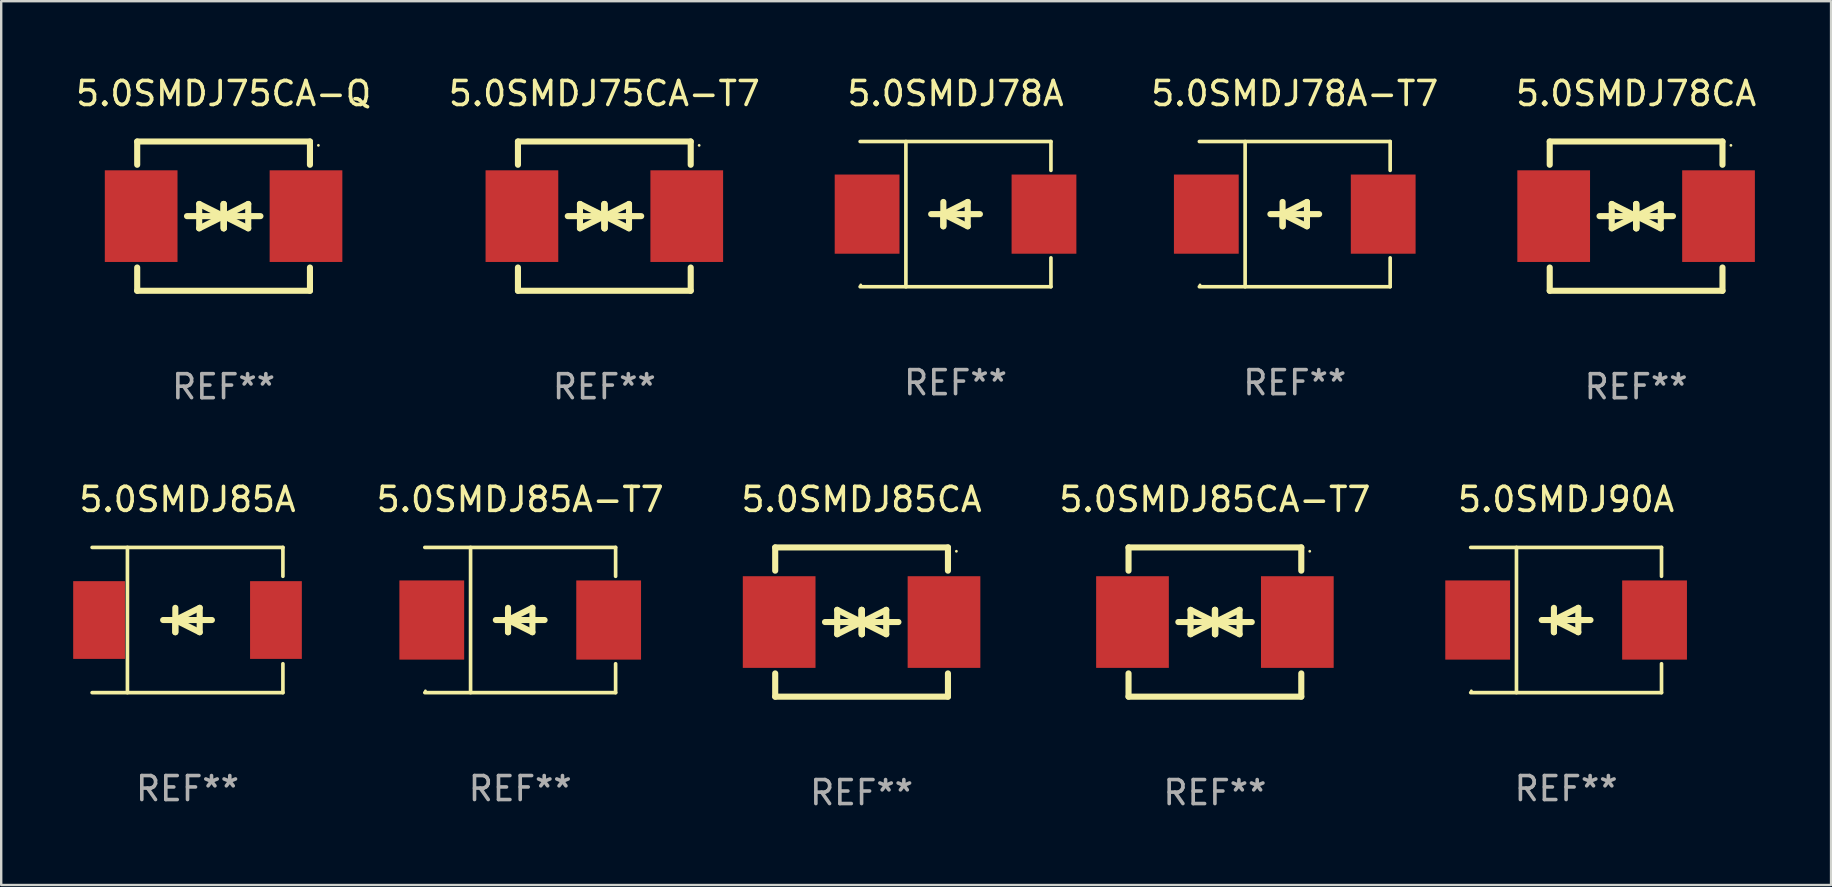
<source format=kicad_pcb>
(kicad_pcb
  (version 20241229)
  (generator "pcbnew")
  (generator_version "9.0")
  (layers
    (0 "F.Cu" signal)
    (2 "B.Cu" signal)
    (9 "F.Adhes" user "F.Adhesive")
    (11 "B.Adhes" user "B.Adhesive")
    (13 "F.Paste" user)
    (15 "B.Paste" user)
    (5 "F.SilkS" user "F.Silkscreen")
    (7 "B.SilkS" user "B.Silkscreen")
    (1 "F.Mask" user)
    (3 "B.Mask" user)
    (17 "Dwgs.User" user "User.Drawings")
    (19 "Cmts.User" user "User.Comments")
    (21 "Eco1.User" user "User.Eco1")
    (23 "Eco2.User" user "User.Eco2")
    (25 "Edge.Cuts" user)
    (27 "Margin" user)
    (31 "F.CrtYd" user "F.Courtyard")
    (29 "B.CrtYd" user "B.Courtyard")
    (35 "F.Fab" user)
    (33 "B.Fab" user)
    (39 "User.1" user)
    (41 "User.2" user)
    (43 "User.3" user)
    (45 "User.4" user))
  (footprint "5.0SMDJ78A-T7"
    (layer "F.Cu")
    (at 50.912 5.874)
    (property "Reference" "5.0SMDJ78A-T7" (at 0 -5.026 0) (layer "F.SilkS") (effects (font (size 1 1) (thickness 0.15))))
    (attr through_hole)
    (fp_line (start -3.976 -3.026) (end 3.976 -3.026) (stroke (width 0.152) (type solid)) (layer "F.SilkS"))
    (fp_line (start -3.976 3.026) (end 3.976 3.026) (stroke (width 0.152) (type solid)) (layer "F.SilkS"))
    (fp_line (start -2.069 -3.026) (end -2.069 3.026) (stroke (width 0.152) (type solid)) (layer "F.SilkS"))
    (fp_line (start -0.508 0) (end -0.508 0.508) (stroke (width 0.254) (type solid)) (layer "F.SilkS"))
    (fp_line (start -0.508 0) (end 0.508 0.508) (stroke (width 0.254) (type solid)) (layer "F.SilkS"))
    (fp_line (start -0.508 0.508) (end -0.508 -0.508) (stroke (width 0.254) (type solid)) (layer "F.SilkS"))
    (fp_line (start 0.508 -0.508) (end -0.508 0) (stroke (width 0.254) (type solid)) (layer "F.SilkS"))
    (fp_line (start 0.508 0.508) (end 0.508 -0.508) (stroke (width 0.254) (type solid)) (layer "F.SilkS"))
    (fp_line (start 1.016 0) (end -1.016 0) (stroke (width 0.254) (type solid)) (layer "F.SilkS"))
    (fp_line (start 3.976 -3.026) (end 3.976 -1.823) (stroke (width 0.152) (type solid)) (layer "F.SilkS"))
    (fp_line (start 3.976 3.026) (end 3.976 1.823) (stroke (width 0.152) (type solid)) (layer "F.SilkS"))
    (fp_circle (center -3.95 2.95) (end -3.92 2.95) (stroke (width 0.06) (type solid)) (fill no) (layer "F.SilkS"))
    (fp_text user "REF**" (at 0 7.026 0) (layer "F.Fab") (effects (font (size 1 1) (thickness 0.15))))
    (pad "1" smd rect (at -3.686 0) (size 2.7 3.3) (layers "F.Cu" "F.Mask" "F.Paste"))
    (pad "2" smd rect (at 3.686 0) (size 2.7 3.3) (layers "F.Cu" "F.Mask" "F.Paste")))
  (footprint "5.0SMDJ75CA-Q"
    (layer "F.Cu")
    (at 6.268 5.958)
    (property "Reference" "5.0SMDJ75CA-Q" (at 0 -5.11 0) (layer "F.SilkS") (effects (font (size 1 1) (thickness 0.15))))
    (attr through_hole)
    (fp_line (start -3.6 -2.141) (end -3.6 -3.11) (stroke (width 0.254) (type solid)) (layer "F.SilkS"))
    (fp_line (start -3.6 3.11) (end -3.6 2.141) (stroke (width 0.254) (type solid)) (layer "F.SilkS"))
    (fp_line (start -1.524 0) (end 0.508 0) (stroke (width 0.254) (type solid)) (layer "F.SilkS"))
    (fp_line (start -1.016 -0.508) (end -1.016 0.508) (stroke (width 0.254) (type solid)) (layer "F.SilkS"))
    (fp_line (start -1.016 0.508) (end 0 0) (stroke (width 0.254) (type solid)) (layer "F.SilkS"))
    (fp_line (start 0 -0.508) (end 0 0.508) (stroke (width 0.254) (type solid)) (layer "F.SilkS"))
    (fp_line (start 0 0) (end -1.016 -0.508) (stroke (width 0.254) (type solid)) (layer "F.SilkS"))
    (fp_line (start 0 0) (end 0 -0.508) (stroke (width 0.254) (type solid)) (layer "F.SilkS"))
    (fp_line (start 0.012 0) (end 0.012 0.508) (stroke (width 0.254) (type solid)) (layer "F.SilkS"))
    (fp_line (start 0.012 0) (end 1.028 0.508) (stroke (width 0.254) (type solid)) (layer "F.SilkS"))
    (fp_line (start 0.012 0.508) (end 0.012 -0.508) (stroke (width 0.254) (type solid)) (layer "F.SilkS"))
    (fp_line (start 1.028 -0.508) (end 0.012 0) (stroke (width 0.254) (type solid)) (layer "F.SilkS"))
    (fp_line (start 1.028 0.508) (end 1.028 -0.508) (stroke (width 0.254) (type solid)) (layer "F.SilkS"))
    (fp_line (start 1.536 0) (end -0.496 0) (stroke (width 0.254) (type solid)) (layer "F.SilkS"))
    (fp_line (start 3.6 -3.11) (end -3.6 -3.11) (stroke (width 0.254) (type solid)) (layer "F.SilkS"))
    (fp_line (start 3.6 -2.141) (end 3.6 -3.11) (stroke (width 0.254) (type solid)) (layer "F.SilkS"))
    (fp_line (start 3.6 3.11) (end -3.6 3.11) (stroke (width 0.254) (type solid)) (layer "F.SilkS"))
    (fp_line (start 3.6 3.11) (end 3.6 2.141) (stroke (width 0.254) (type solid)) (layer "F.SilkS"))
    (fp_circle (center 3.952 -2.95) (end 3.982 -2.95) (stroke (width 0.06) (type solid)) (fill no) (layer "F.SilkS"))
    (fp_text user "REF**" (at 0 7.11 0) (layer "F.Fab") (effects (font (size 1 1) (thickness 0.15))))
    (pad "1" smd rect (at 3.435 0) (size 3.03 3.82) (layers "F.Cu" "F.Mask" "F.Paste"))
    (pad "2" smd rect (at -3.435 0) (size 3.03 3.82) (layers "F.Cu" "F.Mask" "F.Paste")))
  (footprint "5.0SMDJ90A"
    (layer "F.Cu")
    (at 62.221 22.791)
    (property "Reference" "5.0SMDJ90A" (at 0 -5.026 0) (layer "F.SilkS") (effects (font (size 1 1) (thickness 0.15))))
    (attr through_hole)
    (fp_line (start -3.976 -3.026) (end 3.976 -3.026) (stroke (width 0.152) (type solid)) (layer "F.SilkS"))
    (fp_line (start -3.976 3.026) (end 3.976 3.026) (stroke (width 0.152) (type solid)) (layer "F.SilkS"))
    (fp_line (start -2.069 -3.026) (end -2.069 3.026) (stroke (width 0.152) (type solid)) (layer "F.SilkS"))
    (fp_line (start -0.508 0) (end -0.508 0.508) (stroke (width 0.254) (type solid)) (layer "F.SilkS"))
    (fp_line (start -0.508 0) (end 0.508 0.508) (stroke (width 0.254) (type solid)) (layer "F.SilkS"))
    (fp_line (start -0.508 0.508) (end -0.508 -0.508) (stroke (width 0.254) (type solid)) (layer "F.SilkS"))
    (fp_line (start 0.508 -0.508) (end -0.508 0) (stroke (width 0.254) (type solid)) (layer "F.SilkS"))
    (fp_line (start 0.508 0.508) (end 0.508 -0.508) (stroke (width 0.254) (type solid)) (layer "F.SilkS"))
    (fp_line (start 1.016 0) (end -1.016 0) (stroke (width 0.254) (type solid)) (layer "F.SilkS"))
    (fp_line (start 3.976 -3.026) (end 3.976 -1.823) (stroke (width 0.152) (type solid)) (layer "F.SilkS"))
    (fp_line (start 3.976 3.026) (end 3.976 1.823) (stroke (width 0.152) (type solid)) (layer "F.SilkS"))
    (fp_circle (center -3.95 2.95) (end -3.92 2.95) (stroke (width 0.06) (type solid)) (fill no) (layer "F.SilkS"))
    (fp_text user "REF**" (at 0 7.026 0) (layer "F.Fab") (effects (font (size 1 1) (thickness 0.15))))
    (pad "1" smd rect (at -3.686 0) (size 2.7 3.3) (layers "F.Cu" "F.Mask" "F.Paste"))
    (pad "2" smd rect (at 3.686 0) (size 2.7 3.3) (layers "F.Cu" "F.Mask" "F.Paste")))
  (footprint "5.0SMDJ85CA"
    (layer "F.Cu")
    (at 32.858 22.875)
    (property "Reference" "5.0SMDJ85CA" (at 0 -5.11 0) (layer "F.SilkS") (effects (font (size 1 1) (thickness 0.15))))
    (attr through_hole)
    (fp_line (start -3.6 -2.141) (end -3.6 -3.11) (stroke (width 0.254) (type solid)) (layer "F.SilkS"))
    (fp_line (start -3.6 3.11) (end -3.6 2.141) (stroke (width 0.254) (type solid)) (layer "F.SilkS"))
    (fp_line (start -1.524 0) (end 0.508 0) (stroke (width 0.254) (type solid)) (layer "F.SilkS"))
    (fp_line (start -1.016 -0.508) (end -1.016 0.508) (stroke (width 0.254) (type solid)) (layer "F.SilkS"))
    (fp_line (start -1.016 0.508) (end 0 0) (stroke (width 0.254) (type solid)) (layer "F.SilkS"))
    (fp_line (start 0 -0.508) (end 0 0.508) (stroke (width 0.254) (type solid)) (layer "F.SilkS"))
    (fp_line (start 0 0) (end -1.016 -0.508) (stroke (width 0.254) (type solid)) (layer "F.SilkS"))
    (fp_line (start 0 0) (end 0 -0.508) (stroke (width 0.254) (type solid)) (layer "F.SilkS"))
    (fp_line (start 0.012 0) (end 0.012 0.508) (stroke (width 0.254) (type solid)) (layer "F.SilkS"))
    (fp_line (start 0.012 0) (end 1.028 0.508) (stroke (width 0.254) (type solid)) (layer "F.SilkS"))
    (fp_line (start 0.012 0.508) (end 0.012 -0.508) (stroke (width 0.254) (type solid)) (layer "F.SilkS"))
    (fp_line (start 1.028 -0.508) (end 0.012 0) (stroke (width 0.254) (type solid)) (layer "F.SilkS"))
    (fp_line (start 1.028 0.508) (end 1.028 -0.508) (stroke (width 0.254) (type solid)) (layer "F.SilkS"))
    (fp_line (start 1.536 0) (end -0.496 0) (stroke (width 0.254) (type solid)) (layer "F.SilkS"))
    (fp_line (start 3.6 -3.11) (end -3.6 -3.11) (stroke (width 0.254) (type solid)) (layer "F.SilkS"))
    (fp_line (start 3.6 -2.141) (end 3.6 -3.11) (stroke (width 0.254) (type solid)) (layer "F.SilkS"))
    (fp_line (start 3.6 3.11) (end -3.6 3.11) (stroke (width 0.254) (type solid)) (layer "F.SilkS"))
    (fp_line (start 3.6 3.11) (end 3.6 2.141) (stroke (width 0.254) (type solid)) (layer "F.SilkS"))
    (fp_circle (center 3.952 -2.95) (end 3.982 -2.95) (stroke (width 0.06) (type solid)) (fill no) (layer "F.SilkS"))
    (fp_text user "REF**" (at 0 7.11 0) (layer "F.Fab") (effects (font (size 1 1) (thickness 0.15))))
    (pad "1" smd rect (at 3.435 0) (size 3.03 3.82) (layers "F.Cu" "F.Mask" "F.Paste"))
    (pad "2" smd rect (at -3.435 0) (size 3.03 3.82) (layers "F.Cu" "F.Mask" "F.Paste")))
  (footprint "5.0SMDJ85A"
    (layer "F.Cu")
    (at 4.765 22.791)
    (property "Reference" "5.0SMDJ85A" (at 0 -5.026 0) (layer "F.SilkS") (effects (font (size 1 1) (thickness 0.15))))
    (attr through_hole)
    (fp_line (start -3.976 -3.026) (end 3.976 -3.026) (stroke (width 0.152) (type solid)) (layer "F.SilkS"))
    (fp_line (start -3.976 3.026) (end 3.976 3.026) (stroke (width 0.152) (type solid)) (layer "F.SilkS"))
    (fp_line (start -2.504 -3.026) (end -2.504 3.026) (stroke (width 0.152) (type solid)) (layer "F.SilkS"))
    (fp_line (start -0.508 0) (end -0.508 0.508) (stroke (width 0.254) (type solid)) (layer "F.SilkS"))
    (fp_line (start -0.508 0) (end 0.508 0.508) (stroke (width 0.254) (type solid)) (layer "F.SilkS"))
    (fp_line (start -0.508 0.508) (end -0.508 -0.508) (stroke (width 0.254) (type solid)) (layer "F.SilkS"))
    (fp_line (start 0.508 -0.508) (end -0.508 0) (stroke (width 0.254) (type solid)) (layer "F.SilkS"))
    (fp_line (start 0.508 0.508) (end 0.508 -0.508) (stroke (width 0.254) (type solid)) (layer "F.SilkS"))
    (fp_line (start 1.016 0) (end -1.016 0) (stroke (width 0.254) (type solid)) (layer "F.SilkS"))
    (fp_line (start 3.976 -3.026) (end 3.976 -1.823) (stroke (width 0.152) (type solid)) (layer "F.SilkS"))
    (fp_line (start 3.976 3.026) (end 3.976 1.823) (stroke (width 0.152) (type solid)) (layer "F.SilkS"))
    (fp_circle (center 3.95 -2.95) (end 3.98 -2.95) (stroke (width 0.06) (type solid)) (fill no) (layer "F.SilkS"))
    (fp_text user "REF**" (at 0 7.026 0) (layer "F.Fab") (effects (font (size 1 1) (thickness 0.15))))
    (pad "1" smd rect (at 3.686 0 180) (size 2.158 3.24) (layers "F.Cu" "F.Mask" "F.Paste"))
    (pad "2" smd rect (at -3.686 0 180) (size 2.158 3.24) (layers "F.Cu" "F.Mask" "F.Paste")))
  (footprint "5.0SMDJ78A"
    (layer "F.Cu")
    (at 36.774 5.874)
    (property "Reference" "5.0SMDJ78A" (at 0 -5.026 0) (layer "F.SilkS") (effects (font (size 1 1) (thickness 0.15))))
    (attr through_hole)
    (fp_line (start -3.976 -3.026) (end 3.976 -3.026) (stroke (width 0.152) (type solid)) (layer "F.SilkS"))
    (fp_line (start -3.976 3.026) (end 3.976 3.026) (stroke (width 0.152) (type solid)) (layer "F.SilkS"))
    (fp_line (start -2.069 -3.026) (end -2.069 3.026) (stroke (width 0.152) (type solid)) (layer "F.SilkS"))
    (fp_line (start -0.508 0) (end -0.508 0.508) (stroke (width 0.254) (type solid)) (layer "F.SilkS"))
    (fp_line (start -0.508 0) (end 0.508 0.508) (stroke (width 0.254) (type solid)) (layer "F.SilkS"))
    (fp_line (start -0.508 0.508) (end -0.508 -0.508) (stroke (width 0.254) (type solid)) (layer "F.SilkS"))
    (fp_line (start 0.508 -0.508) (end -0.508 0) (stroke (width 0.254) (type solid)) (layer "F.SilkS"))
    (fp_line (start 0.508 0.508) (end 0.508 -0.508) (stroke (width 0.254) (type solid)) (layer "F.SilkS"))
    (fp_line (start 1.016 0) (end -1.016 0) (stroke (width 0.254) (type solid)) (layer "F.SilkS"))
    (fp_line (start 3.976 -3.026) (end 3.976 -1.823) (stroke (width 0.152) (type solid)) (layer "F.SilkS"))
    (fp_line (start 3.976 3.026) (end 3.976 1.823) (stroke (width 0.152) (type solid)) (layer "F.SilkS"))
    (fp_circle (center -3.95 2.95) (end -3.92 2.95) (stroke (width 0.06) (type solid)) (fill no) (layer "F.SilkS"))
    (fp_text user "REF**" (at 0 7.026 0) (layer "F.Fab") (effects (font (size 1 1) (thickness 0.15))))
    (pad "1" smd rect (at -3.686 0) (size 2.7 3.3) (layers "F.Cu" "F.Mask" "F.Paste"))
    (pad "2" smd rect (at 3.686 0) (size 2.7 3.3) (layers "F.Cu" "F.Mask" "F.Paste")))
  (footprint "5.0SMDJ85CA-T7"
    (layer "F.Cu")
    (at 47.584 22.875)
    (property "Reference" "5.0SMDJ85CA-T7" (at 0 -5.11 0) (layer "F.SilkS") (effects (font (size 1 1) (thickness 0.15))))
    (attr through_hole)
    (fp_line (start -3.6 -2.141) (end -3.6 -3.11) (stroke (width 0.254) (type solid)) (layer "F.SilkS"))
    (fp_line (start -3.6 3.11) (end -3.6 2.141) (stroke (width 0.254) (type solid)) (layer "F.SilkS"))
    (fp_line (start -1.524 0) (end 0.508 0) (stroke (width 0.254) (type solid)) (layer "F.SilkS"))
    (fp_line (start -1.016 -0.508) (end -1.016 0.508) (stroke (width 0.254) (type solid)) (layer "F.SilkS"))
    (fp_line (start -1.016 0.508) (end 0 0) (stroke (width 0.254) (type solid)) (layer "F.SilkS"))
    (fp_line (start 0 -0.508) (end 0 0.508) (stroke (width 0.254) (type solid)) (layer "F.SilkS"))
    (fp_line (start 0 0) (end -1.016 -0.508) (stroke (width 0.254) (type solid)) (layer "F.SilkS"))
    (fp_line (start 0 0) (end 0 -0.508) (stroke (width 0.254) (type solid)) (layer "F.SilkS"))
    (fp_line (start 0.012 0) (end 0.012 0.508) (stroke (width 0.254) (type solid)) (layer "F.SilkS"))
    (fp_line (start 0.012 0) (end 1.028 0.508) (stroke (width 0.254) (type solid)) (layer "F.SilkS"))
    (fp_line (start 0.012 0.508) (end 0.012 -0.508) (stroke (width 0.254) (type solid)) (layer "F.SilkS"))
    (fp_line (start 1.028 -0.508) (end 0.012 0) (stroke (width 0.254) (type solid)) (layer "F.SilkS"))
    (fp_line (start 1.028 0.508) (end 1.028 -0.508) (stroke (width 0.254) (type solid)) (layer "F.SilkS"))
    (fp_line (start 1.536 0) (end -0.496 0) (stroke (width 0.254) (type solid)) (layer "F.SilkS"))
    (fp_line (start 3.6 -3.11) (end -3.6 -3.11) (stroke (width 0.254) (type solid)) (layer "F.SilkS"))
    (fp_line (start 3.6 -2.141) (end 3.6 -3.11) (stroke (width 0.254) (type solid)) (layer "F.SilkS"))
    (fp_line (start 3.6 3.11) (end -3.6 3.11) (stroke (width 0.254) (type solid)) (layer "F.SilkS"))
    (fp_line (start 3.6 3.11) (end 3.6 2.141) (stroke (width 0.254) (type solid)) (layer "F.SilkS"))
    (fp_circle (center 3.952 -2.95) (end 3.982 -2.95) (stroke (width 0.06) (type solid)) (fill no) (layer "F.SilkS"))
    (fp_text user "REF**" (at 0 7.11 0) (layer "F.Fab") (effects (font (size 1 1) (thickness 0.15))))
    (pad "1" smd rect (at 3.435 0) (size 3.03 3.82) (layers "F.Cu" "F.Mask" "F.Paste"))
    (pad "2" smd rect (at -3.435 0) (size 3.03 3.82) (layers "F.Cu" "F.Mask" "F.Paste")))
  (footprint "5.0SMDJ85A-T7"
    (layer "F.Cu")
    (at 18.631 22.791)
    (property "Reference" "5.0SMDJ85A-T7" (at 0 -5.026 0) (layer "F.SilkS") (effects (font (size 1 1) (thickness 0.15))))
    (attr through_hole)
    (fp_line (start -3.976 -3.026) (end 3.976 -3.026) (stroke (width 0.152) (type solid)) (layer "F.SilkS"))
    (fp_line (start -3.976 3.026) (end 3.976 3.026) (stroke (width 0.152) (type solid)) (layer "F.SilkS"))
    (fp_line (start -2.069 -3.026) (end -2.069 3.026) (stroke (width 0.152) (type solid)) (layer "F.SilkS"))
    (fp_line (start -0.508 0) (end -0.508 0.508) (stroke (width 0.254) (type solid)) (layer "F.SilkS"))
    (fp_line (start -0.508 0) (end 0.508 0.508) (stroke (width 0.254) (type solid)) (layer "F.SilkS"))
    (fp_line (start -0.508 0.508) (end -0.508 -0.508) (stroke (width 0.254) (type solid)) (layer "F.SilkS"))
    (fp_line (start 0.508 -0.508) (end -0.508 0) (stroke (width 0.254) (type solid)) (layer "F.SilkS"))
    (fp_line (start 0.508 0.508) (end 0.508 -0.508) (stroke (width 0.254) (type solid)) (layer "F.SilkS"))
    (fp_line (start 1.016 0) (end -1.016 0) (stroke (width 0.254) (type solid)) (layer "F.SilkS"))
    (fp_line (start 3.976 -3.026) (end 3.976 -1.823) (stroke (width 0.152) (type solid)) (layer "F.SilkS"))
    (fp_line (start 3.976 3.026) (end 3.976 1.823) (stroke (width 0.152) (type solid)) (layer "F.SilkS"))
    (fp_circle (center -3.95 2.95) (end -3.92 2.95) (stroke (width 0.06) (type solid)) (fill no) (layer "F.SilkS"))
    (fp_text user "REF**" (at 0 7.026 0) (layer "F.Fab") (effects (font (size 1 1) (thickness 0.15))))
    (pad "1" smd rect (at -3.686 0) (size 2.7 3.3) (layers "F.Cu" "F.Mask" "F.Paste"))
    (pad "2" smd rect (at 3.686 0) (size 2.7 3.3) (layers "F.Cu" "F.Mask" "F.Paste")))
  (footprint "5.0SMDJ78CA"
    (layer "F.Cu")
    (at 65.138 5.958)
    (property "Reference" "5.0SMDJ78CA" (at 0 -5.11 0) (layer "F.SilkS") (effects (font (size 1 1) (thickness 0.15))))
    (attr through_hole)
    (fp_line (start -3.6 -2.141) (end -3.6 -3.11) (stroke (width 0.254) (type solid)) (layer "F.SilkS"))
    (fp_line (start -3.6 3.11) (end -3.6 2.141) (stroke (width 0.254) (type solid)) (layer "F.SilkS"))
    (fp_line (start -1.524 0) (end 0.508 0) (stroke (width 0.254) (type solid)) (layer "F.SilkS"))
    (fp_line (start -1.016 -0.508) (end -1.016 0.508) (stroke (width 0.254) (type solid)) (layer "F.SilkS"))
    (fp_line (start -1.016 0.508) (end 0 0) (stroke (width 0.254) (type solid)) (layer "F.SilkS"))
    (fp_line (start 0 -0.508) (end 0 0.508) (stroke (width 0.254) (type solid)) (layer "F.SilkS"))
    (fp_line (start 0 0) (end -1.016 -0.508) (stroke (width 0.254) (type solid)) (layer "F.SilkS"))
    (fp_line (start 0 0) (end 0 -0.508) (stroke (width 0.254) (type solid)) (layer "F.SilkS"))
    (fp_line (start 0.012 0) (end 0.012 0.508) (stroke (width 0.254) (type solid)) (layer "F.SilkS"))
    (fp_line (start 0.012 0) (end 1.028 0.508) (stroke (width 0.254) (type solid)) (layer "F.SilkS"))
    (fp_line (start 0.012 0.508) (end 0.012 -0.508) (stroke (width 0.254) (type solid)) (layer "F.SilkS"))
    (fp_line (start 1.028 -0.508) (end 0.012 0) (stroke (width 0.254) (type solid)) (layer "F.SilkS"))
    (fp_line (start 1.028 0.508) (end 1.028 -0.508) (stroke (width 0.254) (type solid)) (layer "F.SilkS"))
    (fp_line (start 1.536 0) (end -0.496 0) (stroke (width 0.254) (type solid)) (layer "F.SilkS"))
    (fp_line (start 3.6 -3.11) (end -3.6 -3.11) (stroke (width 0.254) (type solid)) (layer "F.SilkS"))
    (fp_line (start 3.6 -2.141) (end 3.6 -3.11) (stroke (width 0.254) (type solid)) (layer "F.SilkS"))
    (fp_line (start 3.6 3.11) (end -3.6 3.11) (stroke (width 0.254) (type solid)) (layer "F.SilkS"))
    (fp_line (start 3.6 3.11) (end 3.6 2.141) (stroke (width 0.254) (type solid)) (layer "F.SilkS"))
    (fp_circle (center 3.952 -2.95) (end 3.982 -2.95) (stroke (width 0.06) (type solid)) (fill no) (layer "F.SilkS"))
    (fp_text user "REF**" (at 0 7.11 0) (layer "F.Fab") (effects (font (size 1 1) (thickness 0.15))))
    (pad "1" smd rect (at 3.435 0) (size 3.03 3.82) (layers "F.Cu" "F.Mask" "F.Paste"))
    (pad "2" smd rect (at -3.435 0) (size 3.03 3.82) (layers "F.Cu" "F.Mask" "F.Paste")))
  (footprint "5.0SMDJ75CA-T7"
    (layer "F.Cu")
    (at 22.137 5.958)
    (property "Reference" "5.0SMDJ75CA-T7" (at 0 -5.11 0) (layer "F.SilkS") (effects (font (size 1 1) (thickness 0.15))))
    (attr through_hole)
    (fp_line (start -3.6 -2.141) (end -3.6 -3.11) (stroke (width 0.254) (type solid)) (layer "F.SilkS"))
    (fp_line (start -3.6 3.11) (end -3.6 2.141) (stroke (width 0.254) (type solid)) (layer "F.SilkS"))
    (fp_line (start -1.524 0) (end 0.508 0) (stroke (width 0.254) (type solid)) (layer "F.SilkS"))
    (fp_line (start -1.016 -0.508) (end -1.016 0.508) (stroke (width 0.254) (type solid)) (layer "F.SilkS"))
    (fp_line (start -1.016 0.508) (end 0 0) (stroke (width 0.254) (type solid)) (layer "F.SilkS"))
    (fp_line (start 0 -0.508) (end 0 0.508) (stroke (width 0.254) (type solid)) (layer "F.SilkS"))
    (fp_line (start 0 0) (end -1.016 -0.508) (stroke (width 0.254) (type solid)) (layer "F.SilkS"))
    (fp_line (start 0 0) (end 0 -0.508) (stroke (width 0.254) (type solid)) (layer "F.SilkS"))
    (fp_line (start 0.012 0) (end 0.012 0.508) (stroke (width 0.254) (type solid)) (layer "F.SilkS"))
    (fp_line (start 0.012 0) (end 1.028 0.508) (stroke (width 0.254) (type solid)) (layer "F.SilkS"))
    (fp_line (start 0.012 0.508) (end 0.012 -0.508) (stroke (width 0.254) (type solid)) (layer "F.SilkS"))
    (fp_line (start 1.028 -0.508) (end 0.012 0) (stroke (width 0.254) (type solid)) (layer "F.SilkS"))
    (fp_line (start 1.028 0.508) (end 1.028 -0.508) (stroke (width 0.254) (type solid)) (layer "F.SilkS"))
    (fp_line (start 1.536 0) (end -0.496 0) (stroke (width 0.254) (type solid)) (layer "F.SilkS"))
    (fp_line (start 3.6 -3.11) (end -3.6 -3.11) (stroke (width 0.254) (type solid)) (layer "F.SilkS"))
    (fp_line (start 3.6 -2.141) (end 3.6 -3.11) (stroke (width 0.254) (type solid)) (layer "F.SilkS"))
    (fp_line (start 3.6 3.11) (end -3.6 3.11) (stroke (width 0.254) (type solid)) (layer "F.SilkS"))
    (fp_line (start 3.6 3.11) (end 3.6 2.141) (stroke (width 0.254) (type solid)) (layer "F.SilkS"))
    (fp_circle (center 3.952 -2.95) (end 3.982 -2.95) (stroke (width 0.06) (type solid)) (fill no) (layer "F.SilkS"))
    (fp_text user "REF**" (at 0 7.11 0) (layer "F.Fab") (effects (font (size 1 1) (thickness 0.15))))
    (pad "1" smd rect (at 3.435 0) (size 3.03 3.82) (layers "F.Cu" "F.Mask" "F.Paste"))
    (pad "2" smd rect (at -3.435 0) (size 3.03 3.82) (layers "F.Cu" "F.Mask" "F.Paste")))
  (gr_rect
    (start -3 -3)
    (end 73.263 33.833)
    (stroke (width 0.1) (type default))
    (fill no)
    (layer "Edge.Cuts")))
</source>
